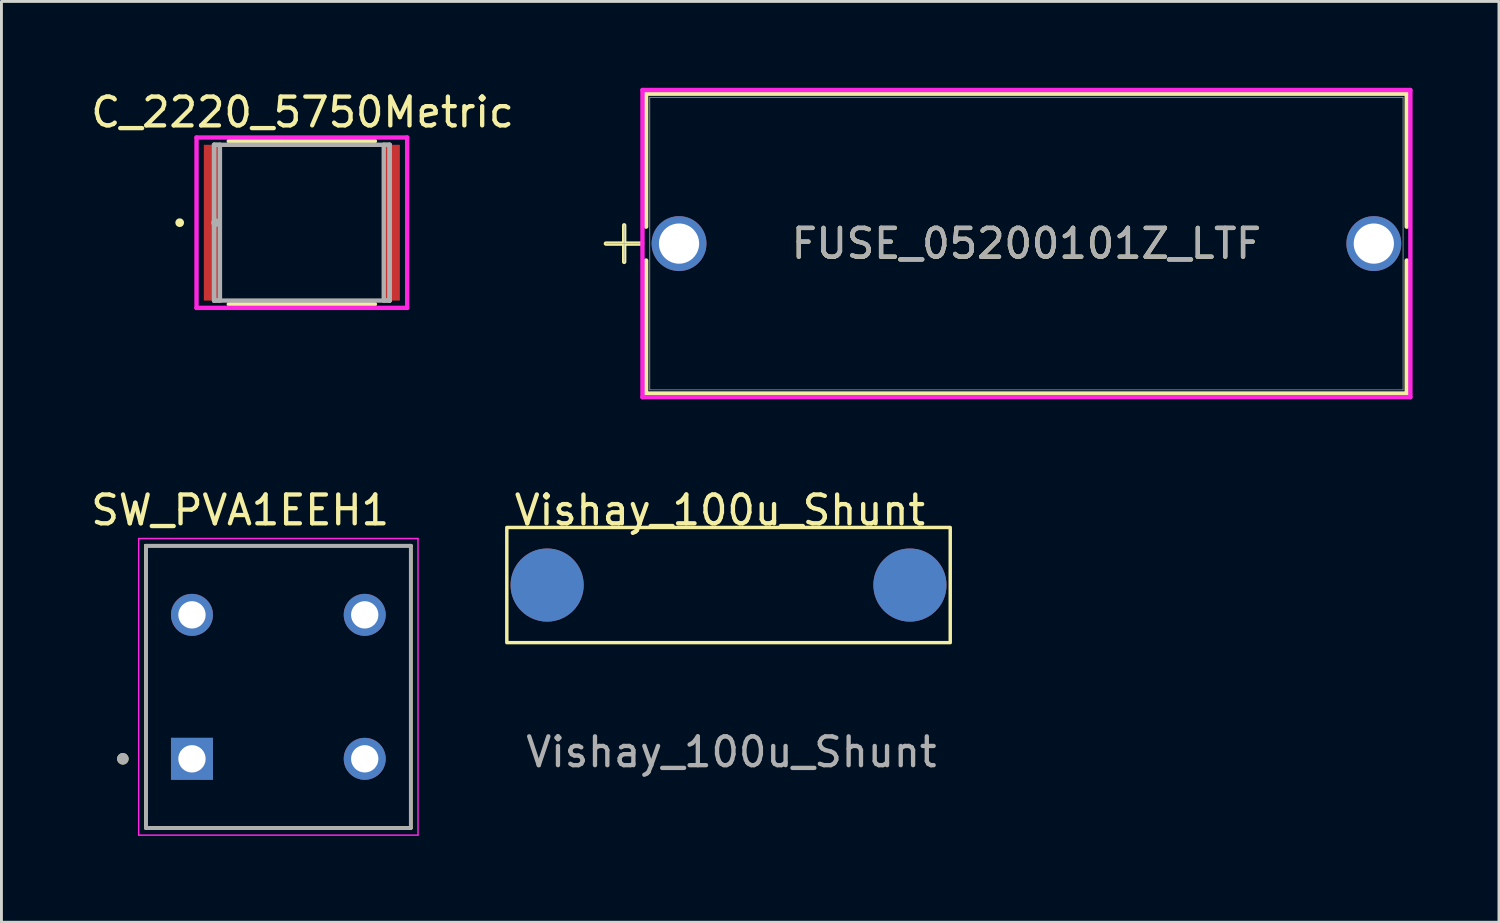
<source format=kicad_pcb>
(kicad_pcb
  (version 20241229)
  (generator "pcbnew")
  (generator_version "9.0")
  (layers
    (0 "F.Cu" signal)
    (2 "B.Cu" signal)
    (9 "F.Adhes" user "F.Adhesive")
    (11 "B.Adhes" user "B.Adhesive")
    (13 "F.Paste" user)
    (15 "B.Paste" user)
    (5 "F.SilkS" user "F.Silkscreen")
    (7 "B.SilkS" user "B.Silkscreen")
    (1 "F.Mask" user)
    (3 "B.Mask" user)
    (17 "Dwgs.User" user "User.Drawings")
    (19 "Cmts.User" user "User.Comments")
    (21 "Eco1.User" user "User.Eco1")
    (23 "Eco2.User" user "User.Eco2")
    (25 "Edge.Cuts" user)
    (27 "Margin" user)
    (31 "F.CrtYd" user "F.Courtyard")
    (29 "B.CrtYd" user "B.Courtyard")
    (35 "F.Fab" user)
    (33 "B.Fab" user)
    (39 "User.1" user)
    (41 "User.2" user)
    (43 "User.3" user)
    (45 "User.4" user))
  (footprint "FUSE_05200101Z_LTF"
    (layer "F.Cu")
    (at 20.533 5.41)
    (property "Reference" "FUSE_05200101Z_LTF" (at 12.065 0 0) (unlocked yes) (layer "F.SilkS") (effects (font (size 1 1) (thickness 0.15))))
    (attr through_hole)
    (fp_line (start -2.54 0) (end -1.285 0) (stroke (width 0.152) (type solid)) (layer "F.SilkS"))
    (fp_line (start -1.905 -0.635) (end -1.905 0.635) (stroke (width 0.152) (type solid)) (layer "F.SilkS"))
    (fp_line (start -1.143 -5.207) (end -1.143 -0.588) (stroke (width 0.152) (type solid)) (layer "F.SilkS"))
    (fp_line (start -1.143 0.588) (end -1.143 5.207) (stroke (width 0.152) (type solid)) (layer "F.SilkS"))
    (fp_line (start 25.273 -5.207) (end -1.143 -5.207) (stroke (width 0.152) (type solid)) (layer "F.SilkS"))
    (fp_line (start 25.273 -5.207) (end 25.273 -0.588) (stroke (width 0.152) (type solid)) (layer "F.SilkS"))
    (fp_line (start 25.273 0.588) (end 25.273 5.207) (stroke (width 0.152) (type solid)) (layer "F.SilkS"))
    (fp_line (start 25.273 5.207) (end -1.143 5.207) (stroke (width 0.152) (type solid)) (layer "F.SilkS"))
    (fp_line (start -1.27 -5.334) (end 25.4 -5.334) (stroke (width 0.152) (type solid)) (layer "F.CrtYd"))
    (fp_line (start -1.27 5.334) (end -1.27 -5.334) (stroke (width 0.152) (type solid)) (layer "F.CrtYd"))
    (fp_line (start 25.4 -5.334) (end 25.4 5.334) (stroke (width 0.152) (type solid)) (layer "F.CrtYd"))
    (fp_line (start 25.4 5.334) (end -1.27 5.334) (stroke (width 0.152) (type solid)) (layer "F.CrtYd"))
    (fp_line (start -2.54 0) (end -1.27 0) (stroke (width 0.025) (type solid)) (layer "F.Fab"))
    (fp_line (start -1.905 -0.635) (end -1.905 0.635) (stroke (width 0.025) (type solid)) (layer "F.Fab"))
    (fp_line (start -1.016 -5.08) (end -1.016 5.08) (stroke (width 0.025) (type solid)) (layer "F.Fab"))
    (fp_line (start 25.146 -5.08) (end -1.016 -5.08) (stroke (width 0.025) (type solid)) (layer "F.Fab"))
    (fp_line (start 25.146 -5.08) (end 25.146 5.08) (stroke (width 0.025) (type solid)) (layer "F.Fab"))
    (fp_line (start 25.146 5.08) (end -1.016 5.08) (stroke (width 0.025) (type solid)) (layer "F.Fab"))
    (fp_text user "${REFERENCE}" (at 12.065 0 0) (unlocked yes) (layer "F.Fab") (effects (font (size 1 1) (thickness 0.15))))
    (pad "1" thru_hole circle (at 0 0) (size 1.905 1.905) (drill 1.397) (layers "*.Cu" "*.Mask"))
    (pad "2" thru_hole circle (at 24.13 0) (size 1.905 1.905) (drill 1.397) (layers "*.Cu" "*.Mask")))
  (footprint "Vishay_100u_Shunt"
    (layer "F.Cu")
    (at 21.952 17.269)
    (property "Reference" "Vishay_100u_Shunt" (at 0 -2.6 0) (unlocked yes) (layer "F.SilkS") (effects (font (size 1 1) (thickness 0.15))))
    (attr smd)
    (fp_rect (start -7.4 -2) (end 8 2) (stroke (width 0.12) (type solid)) (fill no) (layer "F.SilkS"))
    (fp_text user "${REFERENCE}" (at 0.4 5.8 0) (unlocked yes) (layer "F.Fab") (effects (font (size 1 1) (thickness 0.15))))
    (pad "1" thru_hole circle (at -6 0) (size 2.54 2.54) (drill 0.000001) (layers "*.Cu" "*.Mask"))
    (pad "2" thru_hole circle (at 6.6 0) (size 2.54 2.54) (drill 0.000001) (layers "*.Cu" "*.Mask")))
  (footprint "C_2220_5750Metric"
    (layer "F.Cu")
    (at 7.433 4.684)
    (property "Reference" "C_2220_5750Metric" (at 0.025 -3.835 0) (layer "F.SilkS") (effects (font (size 1 1) (thickness 0.15))))
    (attr smd)
    (fp_line (start -2.537 2.832) (end 2.537 2.832) (stroke (width 0.152) (type solid)) (layer "F.SilkS"))
    (fp_line (start 2.537 -2.832) (end -2.537 -2.832) (stroke (width 0.152) (type solid)) (layer "F.SilkS"))
    (fp_circle (center -4.242 0) (end -4.166 0) (stroke (width 0.152) (type solid)) (fill no) (layer "F.SilkS"))
    (fp_line (start -3.658 -2.959) (end 3.658 -2.959) (stroke (width 0.152) (type solid)) (layer "F.CrtYd"))
    (fp_line (start -3.658 2.959) (end -3.658 -2.959) (stroke (width 0.152) (type solid)) (layer "F.CrtYd"))
    (fp_line (start 3.658 -2.959) (end 3.658 2.959) (stroke (width 0.152) (type solid)) (layer "F.CrtYd"))
    (fp_line (start 3.658 2.959) (end -3.658 2.959) (stroke (width 0.152) (type solid)) (layer "F.CrtYd"))
    (fp_line (start -3.048 -2.705) (end -3.048 2.705) (stroke (width 0.152) (type solid)) (layer "F.Fab"))
    (fp_line (start -3.048 -2.705) (end -3.048 2.705) (stroke (width 0.152) (type solid)) (layer "F.Fab"))
    (fp_line (start -3.048 2.705) (end -2.845 2.705) (stroke (width 0.152) (type solid)) (layer "F.Fab"))
    (fp_line (start -3.048 2.705) (end 3.048 2.705) (stroke (width 0.152) (type solid)) (layer "F.Fab"))
    (fp_line (start -2.845 -2.705) (end -3.048 -2.705) (stroke (width 0.152) (type solid)) (layer "F.Fab"))
    (fp_line (start -2.845 2.705) (end -2.845 -2.705) (stroke (width 0.152) (type solid)) (layer "F.Fab"))
    (fp_line (start 2.845 -2.705) (end 2.845 2.705) (stroke (width 0.152) (type solid)) (layer "F.Fab"))
    (fp_line (start 2.845 2.705) (end 3.048 2.705) (stroke (width 0.152) (type solid)) (layer "F.Fab"))
    (fp_line (start 3.048 -2.705) (end -3.048 -2.705) (stroke (width 0.152) (type solid)) (layer "F.Fab"))
    (fp_line (start 3.048 -2.705) (end 2.845 -2.705) (stroke (width 0.152) (type solid)) (layer "F.Fab"))
    (fp_line (start 3.048 2.705) (end 3.048 -2.705) (stroke (width 0.152) (type solid)) (layer "F.Fab"))
    (fp_line (start 3.048 2.705) (end 3.048 -2.705) (stroke (width 0.152) (type solid)) (layer "F.Fab"))
    (fp_circle (center -2.997 0) (end -2.921 0) (stroke (width 0.152) (type solid)) (fill no) (layer "F.Fab"))
    (pad "1" smd rect (at -3.124 0) (size 0.559 5.41) (layers "F.Cu" "F.Mask" "F.Paste"))
    (pad "2" smd rect (at 3.124 0) (size 0.559 5.41) (layers "F.Cu" "F.Mask" "F.Paste")))
  (footprint "SW_PVA1EEH1"
    (layer "F.Cu")
    (at 6.617 20.804)
    (property "Reference" "SW_PVA1EEH1" (at -1.325 -6.135 0) (layer "F.SilkS") (effects (font (size 1 1) (thickness 0.15))))
    (attr through_hole)
    (fp_line (start -4.6 -4.9) (end -4.6 4.9) (stroke (width 0.127) (type solid)) (layer "F.SilkS"))
    (fp_line (start -4.6 4.9) (end 4.6 4.9) (stroke (width 0.127) (type solid)) (layer "F.SilkS"))
    (fp_line (start 4.6 -4.9) (end -4.6 -4.9) (stroke (width 0.127) (type solid)) (layer "F.SilkS"))
    (fp_line (start 4.6 4.9) (end 4.6 -4.9) (stroke (width 0.127) (type solid)) (layer "F.SilkS"))
    (fp_circle (center -5.4 2.5) (end -5.3 2.5) (stroke (width 0.2) (type solid)) (fill no) (layer "F.SilkS"))
    (fp_line (start -4.85 -5.15) (end -4.85 5.15) (stroke (width 0.05) (type solid)) (layer "F.CrtYd"))
    (fp_line (start -4.85 5.15) (end 4.85 5.15) (stroke (width 0.05) (type solid)) (layer "F.CrtYd"))
    (fp_line (start 4.85 -5.15) (end -4.85 -5.15) (stroke (width 0.05) (type solid)) (layer "F.CrtYd"))
    (fp_line (start 4.85 5.15) (end 4.85 -5.15) (stroke (width 0.05) (type solid)) (layer "F.CrtYd"))
    (fp_line (start -4.6 -4.9) (end -4.6 4.9) (stroke (width 0.127) (type solid)) (layer "F.Fab"))
    (fp_line (start -4.6 4.9) (end 4.6 4.9) (stroke (width 0.127) (type solid)) (layer "F.Fab"))
    (fp_line (start 4.6 -4.9) (end -4.6 -4.9) (stroke (width 0.127) (type solid)) (layer "F.Fab"))
    (fp_line (start 4.6 4.9) (end 4.6 -4.9) (stroke (width 0.127) (type solid)) (layer "F.Fab"))
    (fp_circle (center -5.4 2.5) (end -5.3 2.5) (stroke (width 0.2) (type solid)) (fill no) (layer "F.Fab"))
    (pad "1" thru_hole rect (at -3 2.5) (size 1.458 1.458) (drill 0.95) (layers "*.Cu" "*.Mask"))
    (pad "2" thru_hole circle (at 3 2.5) (size 1.458 1.458) (drill 0.95) (layers "*.Cu" "*.Mask"))
    (pad "3" thru_hole circle (at -3 -2.5) (size 1.458 1.458) (drill 0.95) (layers "*.Cu" "*.Mask"))
    (pad "4" thru_hole circle (at 3 -2.5) (size 1.458 1.458) (drill 0.95) (layers "*.Cu" "*.Mask")))
  (gr_rect
    (start -3 -3)
    (end 49.009 28.979)
    (stroke (width 0.1) (type default))
    (fill no)
    (layer "Edge.Cuts")))
</source>
